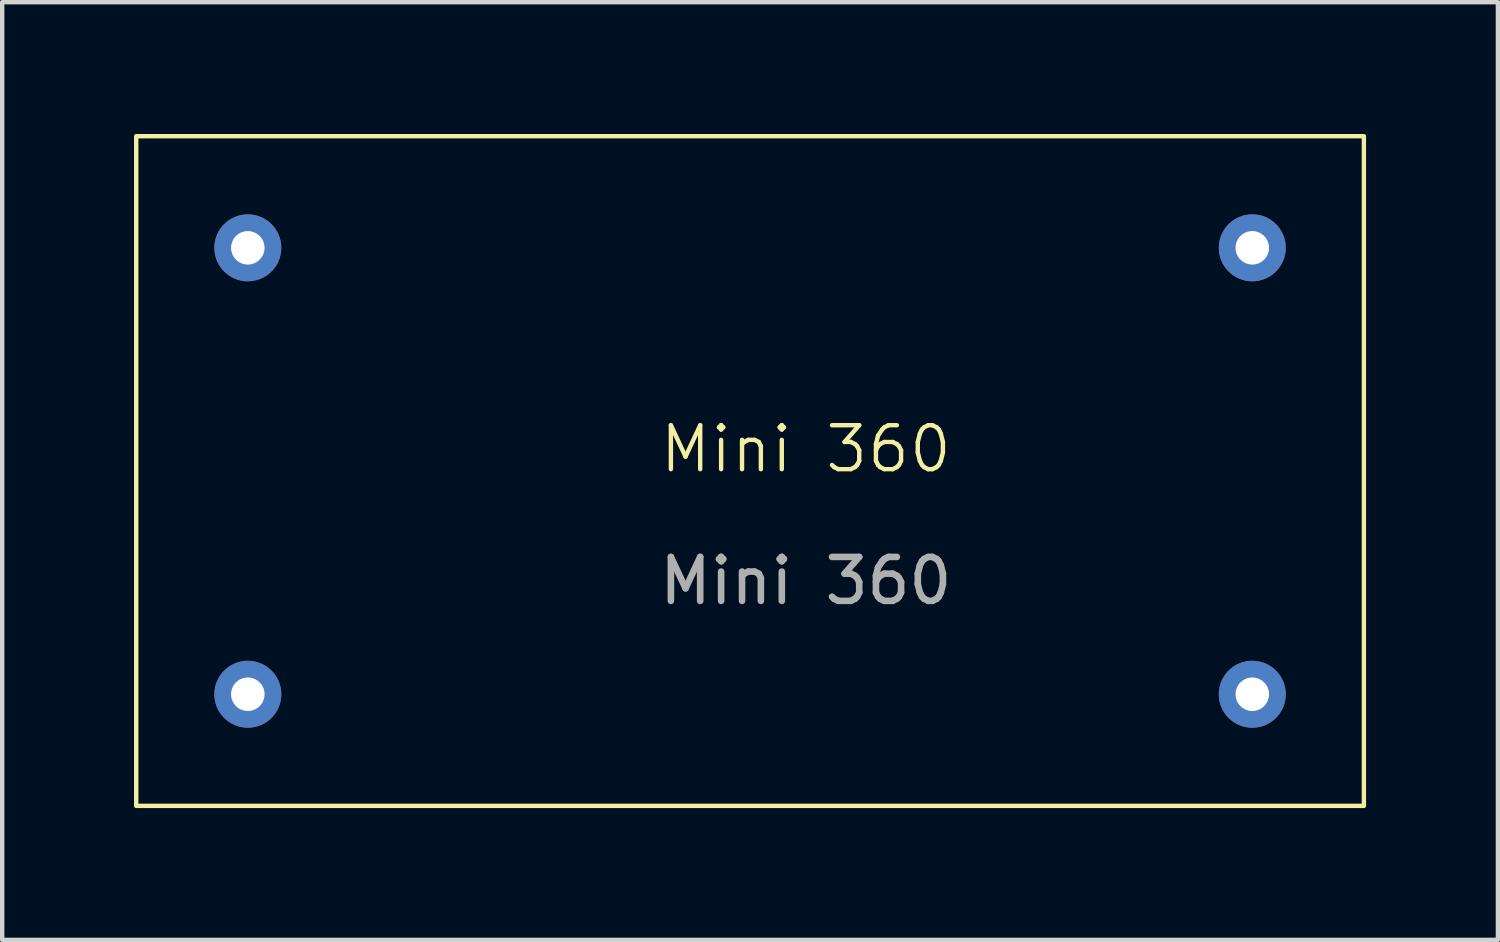
<source format=kicad_pcb>
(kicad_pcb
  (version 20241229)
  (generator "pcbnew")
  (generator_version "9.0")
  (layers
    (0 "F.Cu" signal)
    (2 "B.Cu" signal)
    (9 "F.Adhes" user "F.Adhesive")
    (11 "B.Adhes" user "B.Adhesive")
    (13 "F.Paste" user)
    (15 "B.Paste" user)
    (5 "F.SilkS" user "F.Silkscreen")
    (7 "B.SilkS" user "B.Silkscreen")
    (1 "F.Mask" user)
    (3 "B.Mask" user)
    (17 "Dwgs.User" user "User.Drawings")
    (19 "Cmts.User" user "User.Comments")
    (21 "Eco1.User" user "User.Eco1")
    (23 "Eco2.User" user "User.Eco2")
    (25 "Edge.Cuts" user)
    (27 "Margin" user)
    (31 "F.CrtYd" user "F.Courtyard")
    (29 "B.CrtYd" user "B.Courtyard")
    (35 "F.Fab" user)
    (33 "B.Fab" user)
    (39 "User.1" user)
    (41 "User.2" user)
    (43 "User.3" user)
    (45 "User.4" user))
  (footprint "Mini 360"
    (layer "F.Cu")
    (at 15.29 7.67)
    (property "Reference" "Mini 360" (at 0 -0.5 0) (unlocked yes) (layer "F.SilkS") (effects (font (size 1 1) (thickness 0.1))))
    (attr through_hole)
    (fp_rect (start -15.24 -7.62) (end 12.7 7.62) (stroke (width 0.1) (type default)) (fill no) (layer "F.SilkS"))
    (fp_text user "${REFERENCE}" (at 0 2.5 0) (unlocked yes) (layer "F.Fab") (effects (font (size 1 1) (thickness 0.15))))
    (pad "1" thru_hole circle (at -12.7 -5.08) (size 1.524 1.524) (drill 0.762) (layers "*.Cu" "*.Mask"))
    (pad "2" thru_hole circle (at -12.7 5.08) (size 1.524 1.524) (drill 0.762) (layers "*.Cu" "*.Mask"))
    (pad "3" thru_hole circle (at 10.16 -5.08) (size 1.524 1.524) (drill 0.762) (layers "*.Cu" "*.Mask"))
    (pad "4" thru_hole circle (at 10.16 5.08) (size 1.524 1.524) (drill 0.762) (layers "*.Cu" "*.Mask")))
  (gr_rect
    (start -3 -3)
    (end 31.04 18.34)
    (stroke (width 0.1) (type default))
    (fill no)
    (layer "Edge.Cuts")))
</source>
